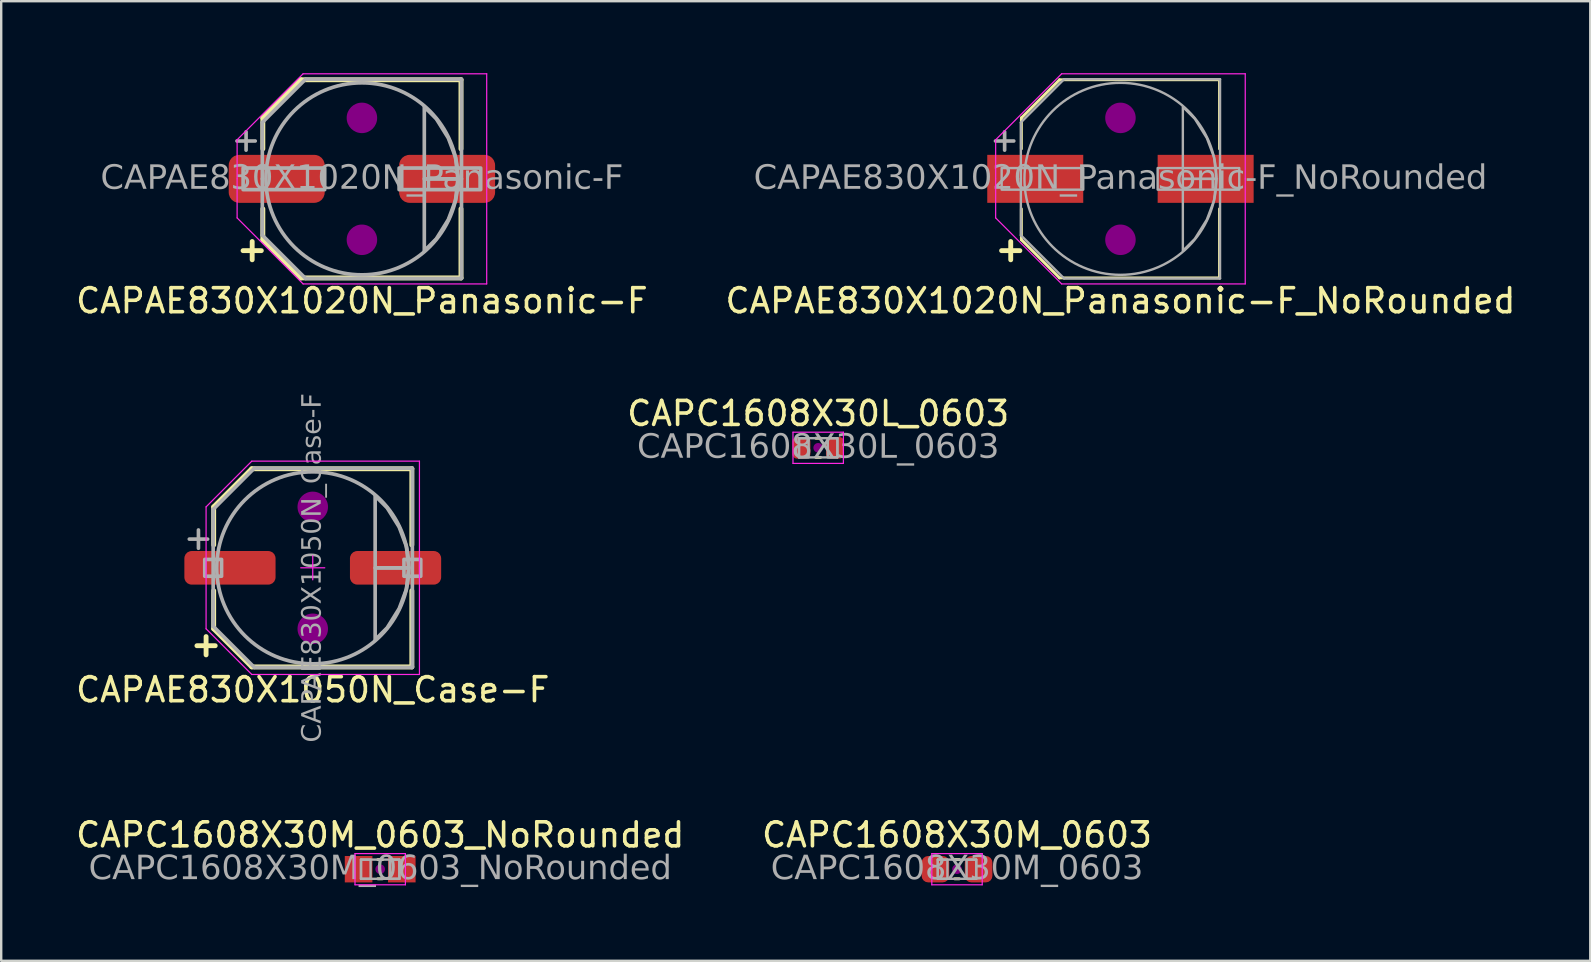
<source format=kicad_pcb>
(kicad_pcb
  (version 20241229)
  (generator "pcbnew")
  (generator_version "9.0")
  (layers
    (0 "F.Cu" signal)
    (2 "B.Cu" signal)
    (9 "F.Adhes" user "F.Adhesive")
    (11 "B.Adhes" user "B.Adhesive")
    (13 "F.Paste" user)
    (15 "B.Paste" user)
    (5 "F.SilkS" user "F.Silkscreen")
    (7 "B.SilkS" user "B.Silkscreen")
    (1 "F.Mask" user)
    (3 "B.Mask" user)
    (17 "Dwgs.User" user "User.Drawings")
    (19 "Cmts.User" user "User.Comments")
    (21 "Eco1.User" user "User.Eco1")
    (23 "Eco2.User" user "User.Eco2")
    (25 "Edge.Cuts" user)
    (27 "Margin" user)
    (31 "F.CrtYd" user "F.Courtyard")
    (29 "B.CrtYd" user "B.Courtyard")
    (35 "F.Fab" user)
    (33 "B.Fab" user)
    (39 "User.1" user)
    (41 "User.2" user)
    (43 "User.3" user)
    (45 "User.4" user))
  (footprint "CAPC1608X30M_0603"
    (layer "F.Cu")
    (at 36.827 33.168)
    (property "Reference" "CAPC1608X30M_0603" (at 0 -1.43 0) (layer "F.SilkS") (effects (font (size 1 1) (thickness 0.15))))
    (attr smd)
    (fp_line (start -0.1 -0.4) (end 0.1 -0.4) (stroke (width 0.12) (type solid)) (layer "F.SilkS"))
    (fp_line (start -0.1 0.4) (end 0.1 0.4) (stroke (width 0.12) (type solid)) (layer "F.SilkS"))
    (fp_circle (center 0 0) (end 0.2 0) (stroke (width 0) (type solid)) (fill yes) (layer "F.Adhes"))
    (fp_line (start -1.05 -0.65) (end 1.05 -0.65) (stroke (width 0.05) (type solid)) (layer "F.CrtYd"))
    (fp_line (start -1.05 0.65) (end -1.05 -0.65) (stroke (width 0.05) (type solid)) (layer "F.CrtYd"))
    (fp_line (start 1.05 -0.65) (end 1.05 0.65) (stroke (width 0.05) (type solid)) (layer "F.CrtYd"))
    (fp_line (start 1.05 0.65) (end -1.05 0.65) (stroke (width 0.05) (type solid)) (layer "F.CrtYd"))
    (fp_line (start -0.8 -0.4) (end 0.8 -0.4) (stroke (width 0.1) (type solid)) (layer "F.Fab"))
    (fp_line (start -0.8 0.4) (end -0.8 -0.4) (stroke (width 0.1) (type solid)) (layer "F.Fab"))
    (fp_line (start 0.8 -0.4) (end 0.8 0.4) (stroke (width 0.1) (type solid)) (layer "F.Fab"))
    (fp_line (start 0.8 0.4) (end -0.8 0.4) (stroke (width 0.1) (type solid)) (layer "F.Fab"))
    (fp_rect (start -0.8 -0.4) (end -0.4 0.4) (stroke (width 0.1) (type solid)) (fill no) (layer "F.Fab"))
    (fp_rect (start 0.8 0.4) (end 0.4 -0.4) (stroke (width 0.1) (type solid)) (fill no) (layer "F.Fab"))
    (fp_text user "${REFERENCE}" (at 0 0 0) (layer "F.Fab") (effects (font (face "Tahoma") (size 1 1) (thickness 0.15))))
    (pad "1" smd roundrect (at -0.9 0) (size 1.15 1.1) (layers "F.Cu" "F.Mask" "F.Paste") (roundrect_rratio 0.25))
    (pad "2" smd roundrect (at 0.9 0) (size 1.15 1.1) (layers "F.Cu" "F.Mask" "F.Paste") (roundrect_rratio 0.25)))
  (footprint "CAPAE830X1020N_Panasonic-F_NoRounded"
    (layer "F.Cu")
    (at 43.637 4.402)
    (property "Reference" "CAPAE830X1020N_Panasonic-F_NoRounded" (at 0 5.08 0) (layer "F.SilkS") (effects (font (size 1 1) (thickness 0.15))))
    (attr smd)
    (fp_line (start -4.128 -2.54) (end -2.54 -4.128) (stroke (width 0.12) (type default)) (layer "F.SilkS"))
    (fp_line (start -4.128 -1.25) (end -4.128 -2.54) (stroke (width 0.12) (type default)) (layer "F.SilkS"))
    (fp_line (start -4.128 2.54) (end -4.128 1.25) (stroke (width 0.12) (type default)) (layer "F.SilkS"))
    (fp_line (start -2.54 -4.128) (end 4.128 -4.128) (stroke (width 0.12) (type solid)) (layer "F.SilkS"))
    (fp_line (start -2.54 4.128) (end -4.128 2.54) (stroke (width 0.12) (type default)) (layer "F.SilkS"))
    (fp_line (start -2.54 4.128) (end 4.128 4.128) (stroke (width 0.12) (type solid)) (layer "F.SilkS"))
    (fp_line (start 4.128 -1.25) (end 4.128 -4.128) (stroke (width 0.12) (type solid)) (layer "F.SilkS"))
    (fp_line (start 4.128 4.128) (end 4.128 1.25) (stroke (width 0.12) (type solid)) (layer "F.SilkS"))
    (fp_circle (center 0 -2.54) (end 0.635 -2.54) (stroke (width 0) (type solid)) (fill yes) (layer "F.Adhes"))
    (fp_circle (center 0 2.54) (end 0.635 2.54) (stroke (width 0) (type solid)) (fill yes) (layer "F.Adhes"))
    (fp_line (start -5.2 -1.628) (end -5.2 0) (stroke (width 0.05) (type solid)) (layer "F.CrtYd"))
    (fp_line (start -5.2 1.628) (end -5.2 0) (stroke (width 0.05) (type solid)) (layer "F.CrtYd"))
    (fp_line (start -2.45 -4.378) (end -5.2 -1.628) (stroke (width 0.05) (type default)) (layer "F.CrtYd"))
    (fp_line (start -2.45 -4.378) (end 5.2 -4.378) (stroke (width 0.05) (type solid)) (layer "F.CrtYd"))
    (fp_line (start -2.45 4.378) (end -5.2 1.628) (stroke (width 0.05) (type default)) (layer "F.CrtYd"))
    (fp_line (start -2.45 4.378) (end 5.2 4.378) (stroke (width 0.05) (type solid)) (layer "F.CrtYd"))
    (fp_line (start 5.2 -4.378) (end 5.2 0) (stroke (width 0.05) (type solid)) (layer "F.CrtYd"))
    (fp_line (start 5.2 4.378) (end 5.2 0) (stroke (width 0.05) (type solid)) (layer "F.CrtYd"))
    (fp_line (start -4.15 -2.35) (end -4.15 0) (stroke (width 0.1) (type solid)) (layer "F.Fab"))
    (fp_line (start -4.15 2.35) (end -4.15 0) (stroke (width 0.1) (type solid)) (layer "F.Fab"))
    (fp_line (start -2.35 -4.15) (end -4.15 -2.35) (stroke (width 0.1) (type solid)) (layer "F.Fab"))
    (fp_line (start -2.35 -4.15) (end 4.15 -4.15) (stroke (width 0.1) (type solid)) (layer "F.Fab"))
    (fp_line (start -2.35 4.15) (end -4.15 2.35) (stroke (width 0.1) (type solid)) (layer "F.Fab"))
    (fp_line (start -2.35 4.15) (end 4.15 4.15) (stroke (width 0.1) (type solid)) (layer "F.Fab"))
    (fp_line (start 4.15 -4.15) (end 4.15 0) (stroke (width 0.1) (type solid)) (layer "F.Fab"))
    (fp_line (start 4.15 4.15) (end 4.15 0) (stroke (width 0.1) (type solid)) (layer "F.Fab"))
    (fp_rect (start -4.95 0.45) (end -1.55 -0.45) (stroke (width 0.1) (type solid)) (fill no) (layer "F.Fab"))
    (fp_rect (start 1.55 0.45) (end 4.95 -0.45) (stroke (width 0.1) (type solid)) (fill no) (layer "F.Fab"))
    (fp_circle (center 0 0) (end 4 0) (stroke (width 0.1) (type default)) (fill no) (layer "F.Fab"))
    (fp_poly (pts (xy 2.6 -3) (xy 3.1 -2.5) (xy 3.6 -1.7) (xy 3.9 -0.9) (xy 4 0) (xy 2.6 0)) (stroke (width 0.1) (type solid)) (fill no) (layer "F.Fab"))
    (fp_poly (pts (xy 2.6 3) (xy 3.1 2.5) (xy 3.6 1.7) (xy 3.9 0.9) (xy 4 0) (xy 2.6 0)) (stroke (width 0.1) (type solid)) (fill no) (layer "F.Fab"))
    (fp_text user "+" (at -4.572 2.921 0) (unlocked yes) (layer "F.SilkS") (effects (font (size 1 1) (thickness 0.203) (bold yes))))
    (fp_text user "${REFERENCE}" (at 0 0 0) (layer "F.Fab") (effects (font (face "Tahoma") (size 1 1) (thickness 0.15))))
    (fp_text user "+" (at -4.826 -1.651 0) (unlocked yes) (layer "F.Fab") (effects (font (size 1 1) (thickness 0.152))))
    (pad "1" smd rect (at -3.55 0) (size 4 2) (layers "F.Cu" "F.Mask" "F.Paste"))
    (pad "2" smd rect (at 3.55 0) (size 4 2) (layers "F.Cu" "F.Mask" "F.Paste")))
  (footprint "CAPAE830X1020N_Panasonic-F"
    (layer "F.Cu")
    (at 12.03 4.402)
    (property "Reference" "CAPAE830X1020N_Panasonic-F" (at 0 5.08 0) (layer "F.SilkS") (effects (font (size 1 1) (thickness 0.15))))
    (attr smd)
    (fp_line (start -4.128 -2.54) (end -2.54 -4.128) (stroke (width 0.203) (type default)) (layer "F.SilkS"))
    (fp_line (start -4.128 -1.25) (end -4.128 -2.54) (stroke (width 0.203) (type default)) (layer "F.SilkS"))
    (fp_line (start -4.128 2.54) (end -4.128 1.25) (stroke (width 0.203) (type default)) (layer "F.SilkS"))
    (fp_line (start -2.54 -4.128) (end 4.128 -4.128) (stroke (width 0.203) (type solid)) (layer "F.SilkS"))
    (fp_line (start -2.54 4.128) (end -4.128 2.54) (stroke (width 0.203) (type default)) (layer "F.SilkS"))
    (fp_line (start -2.54 4.128) (end 4.128 4.128) (stroke (width 0.203) (type solid)) (layer "F.SilkS"))
    (fp_line (start 4.128 -1.25) (end 4.128 -4.128) (stroke (width 0.203) (type solid)) (layer "F.SilkS"))
    (fp_line (start 4.128 4.128) (end 4.128 1.25) (stroke (width 0.203) (type solid)) (layer "F.SilkS"))
    (fp_circle (center 0 -2.54) (end 0.635 -2.54) (stroke (width 0) (type solid)) (fill yes) (layer "F.Adhes"))
    (fp_circle (center 0 2.54) (end 0.635 2.54) (stroke (width 0) (type solid)) (fill yes) (layer "F.Adhes"))
    (fp_line (start -5.2 -1.628) (end -5.2 0) (stroke (width 0.05) (type solid)) (layer "F.CrtYd"))
    (fp_line (start -5.2 1.628) (end -5.2 0) (stroke (width 0.05) (type solid)) (layer "F.CrtYd"))
    (fp_line (start -2.45 -4.378) (end -5.2 -1.628) (stroke (width 0.05) (type default)) (layer "F.CrtYd"))
    (fp_line (start -2.45 -4.378) (end 5.2 -4.378) (stroke (width 0.05) (type solid)) (layer "F.CrtYd"))
    (fp_line (start -2.45 4.378) (end -5.2 1.628) (stroke (width 0.05) (type default)) (layer "F.CrtYd"))
    (fp_line (start -2.45 4.378) (end 5.2 4.378) (stroke (width 0.05) (type solid)) (layer "F.CrtYd"))
    (fp_line (start 5.2 -4.378) (end 5.2 0) (stroke (width 0.05) (type solid)) (layer "F.CrtYd"))
    (fp_line (start 5.2 4.378) (end 5.2 0) (stroke (width 0.05) (type solid)) (layer "F.CrtYd"))
    (fp_line (start -4.15 -2.35) (end -4.15 0) (stroke (width 0.152) (type solid)) (layer "F.Fab"))
    (fp_line (start -4.15 2.35) (end -4.15 0) (stroke (width 0.152) (type solid)) (layer "F.Fab"))
    (fp_line (start -2.35 -4.15) (end -4.15 -2.35) (stroke (width 0.152) (type solid)) (layer "F.Fab"))
    (fp_line (start -2.35 -4.15) (end 4.15 -4.15) (stroke (width 0.152) (type solid)) (layer "F.Fab"))
    (fp_line (start -2.35 4.15) (end -4.15 2.35) (stroke (width 0.152) (type solid)) (layer "F.Fab"))
    (fp_line (start -2.35 4.15) (end 4.15 4.15) (stroke (width 0.152) (type solid)) (layer "F.Fab"))
    (fp_line (start 4.15 -4.15) (end 4.15 0) (stroke (width 0.152) (type solid)) (layer "F.Fab"))
    (fp_line (start 4.15 4.15) (end 4.15 0) (stroke (width 0.152) (type solid)) (layer "F.Fab"))
    (fp_rect (start -4.95 0.45) (end -1.55 -0.45) (stroke (width 0.152) (type solid)) (fill no) (layer "F.Fab"))
    (fp_rect (start 1.55 0.45) (end 4.95 -0.45) (stroke (width 0.152) (type solid)) (fill no) (layer "F.Fab"))
    (fp_circle (center 0 0) (end 4 0) (stroke (width 0.152) (type default)) (fill no) (layer "F.Fab"))
    (fp_poly (pts (xy 2.6 -3) (xy 3.1 -2.5) (xy 3.6 -1.7) (xy 3.9 -0.9) (xy 4 0) (xy 2.6 0)) (stroke (width 0.152) (type solid)) (fill no) (layer "F.Fab"))
    (fp_poly (pts (xy 2.6 3) (xy 3.1 2.5) (xy 3.6 1.7) (xy 3.9 0.9) (xy 4 0) (xy 2.6 0)) (stroke (width 0.152) (type solid)) (fill no) (layer "F.Fab"))
    (fp_text user "+" (at -4.572 2.921 0) (unlocked yes) (layer "F.SilkS") (effects (font (size 1 1) (thickness 0.203) (bold yes))))
    (fp_text user "${REFERENCE}" (at 0 0 0) (layer "F.Fab") (effects (font (face "Tahoma") (size 1 1) (thickness 0.15))))
    (fp_text user "+" (at -4.826 -1.651 0) (unlocked yes) (layer "F.Fab") (effects (font (size 1 1) (thickness 0.152))))
    (pad "1" smd roundrect (at -3.55 0) (size 4 2) (layers "F.Cu" "F.Mask" "F.Paste") (roundrect_rratio 0.217))
    (pad "2" smd roundrect (at 3.55 0) (size 4 2) (layers "F.Cu" "F.Mask" "F.Paste") (roundrect_rratio 0.217)))
  (footprint "CAPC1608X30L_0603"
    (layer "F.Cu")
    (at 31.042 15.609)
    (property "Reference" "CAPC1608X30L_0603" (at 0 -1.43 0) (layer "F.SilkS") (effects (font (size 1 1) (thickness 0.15))))
    (attr smd)
    (fp_line (start -0.1 -0.4) (end 0.1 -0.4) (stroke (width 0.12) (type solid)) (layer "F.SilkS"))
    (fp_line (start -0.1 0.4) (end 0.1 0.4) (stroke (width 0.12) (type solid)) (layer "F.SilkS"))
    (fp_circle (center 0 0) (end 0.2 0) (stroke (width 0) (type solid)) (fill yes) (layer "F.Adhes"))
    (fp_line (start -1.05 -0.65) (end 1.05 -0.65) (stroke (width 0.05) (type solid)) (layer "F.CrtYd"))
    (fp_line (start -1.05 0.65) (end -1.05 -0.65) (stroke (width 0.05) (type solid)) (layer "F.CrtYd"))
    (fp_line (start 1.05 -0.65) (end 1.05 0.65) (stroke (width 0.05) (type solid)) (layer "F.CrtYd"))
    (fp_line (start 1.05 0.65) (end -1.05 0.65) (stroke (width 0.05) (type solid)) (layer "F.CrtYd"))
    (fp_line (start -0.8 -0.4) (end 0.8 -0.4) (stroke (width 0.1) (type solid)) (layer "F.Fab"))
    (fp_line (start -0.8 0.4) (end -0.8 -0.4) (stroke (width 0.1) (type solid)) (layer "F.Fab"))
    (fp_line (start 0.8 -0.4) (end 0.8 0.4) (stroke (width 0.1) (type solid)) (layer "F.Fab"))
    (fp_line (start 0.8 0.4) (end -0.8 0.4) (stroke (width 0.1) (type solid)) (layer "F.Fab"))
    (fp_rect (start -0.8 -0.4) (end -0.4 0.4) (stroke (width 0.1) (type solid)) (fill no) (layer "F.Fab"))
    (fp_rect (start 0.8 0.4) (end 0.4 -0.4) (stroke (width 0.1) (type solid)) (fill no) (layer "F.Fab"))
    (fp_text user "${REFERENCE}" (at 0 0 0) (layer "F.Fab") (effects (font (face "Tahoma") (size 1 1) (thickness 0.15))))
    (pad "1" smd roundrect (at -0.7 0) (size 0.75 0.9) (layers "F.Cu" "F.Mask" "F.Paste") (roundrect_rratio 0.25))
    (pad "2" smd roundrect (at 0.7 0) (size 0.75 0.9) (layers "F.Cu" "F.Mask" "F.Paste") (roundrect_rratio 0.25)))
  (footprint "CAPC1608X30M_0603_NoRounded"
    (layer "F.Cu")
    (at 12.792 33.168)
    (property "Reference" "CAPC1608X30M_0603_NoRounded" (at 0 -1.43 0) (layer "F.SilkS") (effects (font (size 1 1) (thickness 0.15))))
    (attr smd)
    (fp_line (start -0.1 -0.4) (end 0.1 -0.4) (stroke (width 0.12) (type solid)) (layer "F.SilkS"))
    (fp_line (start -0.1 0.4) (end 0.1 0.4) (stroke (width 0.12) (type solid)) (layer "F.SilkS"))
    (fp_circle (center 0 0) (end 0.2 0) (stroke (width 0) (type solid)) (fill yes) (layer "F.Adhes"))
    (fp_line (start -1.05 -0.65) (end 1.05 -0.65) (stroke (width 0.05) (type solid)) (layer "F.CrtYd"))
    (fp_line (start -1.05 0.65) (end -1.05 -0.65) (stroke (width 0.05) (type solid)) (layer "F.CrtYd"))
    (fp_line (start 1.05 -0.65) (end 1.05 0.65) (stroke (width 0.05) (type solid)) (layer "F.CrtYd"))
    (fp_line (start 1.05 0.65) (end -1.05 0.65) (stroke (width 0.05) (type solid)) (layer "F.CrtYd"))
    (fp_line (start -0.8 -0.4) (end 0.8 -0.4) (stroke (width 0.1) (type solid)) (layer "F.Fab"))
    (fp_line (start -0.8 0.4) (end -0.8 -0.4) (stroke (width 0.1) (type solid)) (layer "F.Fab"))
    (fp_line (start 0.8 -0.4) (end 0.8 0.4) (stroke (width 0.1) (type solid)) (layer "F.Fab"))
    (fp_line (start 0.8 0.4) (end -0.8 0.4) (stroke (width 0.1) (type solid)) (layer "F.Fab"))
    (fp_rect (start -0.8 -0.4) (end -0.4 0.4) (stroke (width 0.1) (type solid)) (fill no) (layer "F.Fab"))
    (fp_rect (start 0.8 0.4) (end 0.4 -0.4) (stroke (width 0.1) (type solid)) (fill no) (layer "F.Fab"))
    (fp_text user "${REFERENCE}" (at 0 0 0) (layer "F.Fab") (effects (font (face "Tahoma") (size 1 1) (thickness 0.15))))
    (pad "1" smd rect (at -0.9 0) (size 1.15 1.1) (layers "F.Cu" "F.Mask" "F.Paste"))
    (pad "2" smd rect (at 0.9 0) (size 1.15 1.1) (layers "F.Cu" "F.Mask" "F.Paste")))
  (footprint "CAPAE830X1050N_Case-F"
    (layer "F.Cu")
    (at 9.982 20.61)
    (property "Reference" "CAPAE830X1050N_Case-F" (at 0 5.08 0) (layer "F.SilkS") (effects (font (size 1 1) (thickness 0.15))))
    (attr smd)
    (fp_line (start -4.128 -2.54) (end -2.54 -4.128) (stroke (width 0.203) (type default)) (layer "F.SilkS"))
    (fp_line (start -4.128 -0.953) (end -4.128 -2.54) (stroke (width 0.203) (type default)) (layer "F.SilkS"))
    (fp_line (start -4.128 2.54) (end -4.128 0.953) (stroke (width 0.203) (type default)) (layer "F.SilkS"))
    (fp_line (start -2.54 -4.128) (end 4.128 -4.128) (stroke (width 0.203) (type solid)) (layer "F.SilkS"))
    (fp_line (start -2.54 4.128) (end -4.128 2.54) (stroke (width 0.203) (type default)) (layer "F.SilkS"))
    (fp_line (start -2.54 4.128) (end 4.128 4.128) (stroke (width 0.203) (type solid)) (layer "F.SilkS"))
    (fp_line (start 4.128 -0.953) (end 4.128 -4.128) (stroke (width 0.203) (type solid)) (layer "F.SilkS"))
    (fp_line (start 4.128 4.128) (end 4.128 0.953) (stroke (width 0.203) (type solid)) (layer "F.SilkS"))
    (fp_circle (center 0 -2.54) (end 0.635 -2.54) (stroke (width 0) (type solid)) (fill yes) (layer "F.Adhes"))
    (fp_circle (center 0 2.54) (end 0.635 2.54) (stroke (width 0) (type solid)) (fill yes) (layer "F.Adhes"))
    (fp_line (start -4.445 -2.54) (end -4.445 2.54) (stroke (width 0.05) (type solid)) (layer "F.CrtYd"))
    (fp_line (start -4.445 -2.54) (end -2.54 -4.445) (stroke (width 0.05) (type solid)) (layer "F.CrtYd"))
    (fp_line (start -4.445 2.54) (end -2.54 4.445) (stroke (width 0.05) (type solid)) (layer "F.CrtYd"))
    (fp_line (start -2.54 -4.445) (end 4.445 -4.445) (stroke (width 0.05) (type solid)) (layer "F.CrtYd"))
    (fp_line (start -2.54 4.445) (end 4.445 4.445) (stroke (width 0.05) (type solid)) (layer "F.CrtYd"))
    (fp_line (start -0.5 0) (end 0.5 0) (stroke (width 0.05) (type default)) (layer "F.CrtYd"))
    (fp_line (start 0 0.5) (end 0 -0.5) (stroke (width 0.05) (type default)) (layer "F.CrtYd"))
    (fp_line (start 4.445 -4.445) (end 4.445 4.445) (stroke (width 0.05) (type solid)) (layer "F.CrtYd"))
    (fp_line (start -4.15 -2.435) (end -4.15 2.435) (stroke (width 0.152) (type solid)) (layer "F.Fab"))
    (fp_line (start -2.435 -4.15) (end -4.15 -2.435) (stroke (width 0.152) (type solid)) (layer "F.Fab"))
    (fp_line (start -2.435 -4.15) (end 4.15 -4.15) (stroke (width 0.152) (type solid)) (layer "F.Fab"))
    (fp_line (start -2.435 4.15) (end -4.15 2.435) (stroke (width 0.152) (type solid)) (layer "F.Fab"))
    (fp_line (start -2.435 4.15) (end 4.15 4.15) (stroke (width 0.152) (type solid)) (layer "F.Fab"))
    (fp_line (start 4.15 -4.15) (end 4.15 4.15) (stroke (width 0.152) (type solid)) (layer "F.Fab"))
    (fp_rect (start -4.5 0.35) (end -3.8 -0.35) (stroke (width 0.152) (type solid)) (fill no) (layer "F.Fab"))
    (fp_rect (start 4.5 -0.35) (end 3.8 0.35) (stroke (width 0.152) (type solid)) (fill no) (layer "F.Fab"))
    (fp_circle (center 0 0) (end 4 0) (stroke (width 0.152) (type default)) (fill no) (layer "F.Fab"))
    (fp_poly (pts (xy 2.6 -3) (xy 3.1 -2.5) (xy 3.6 -1.7) (xy 3.9 -0.9) (xy 4 0) (xy 2.6 0)) (stroke (width 0.152) (type solid)) (fill no) (layer "F.Fab"))
    (fp_poly (pts (xy 2.6 3) (xy 3.1 2.5) (xy 3.6 1.7) (xy 3.9 0.9) (xy 4 0) (xy 2.6 0)) (stroke (width 0.152) (type solid)) (fill no) (layer "F.Fab"))
    (fp_text user "+" (at -4.445 3.175 0) (unlocked yes) (layer "F.SilkS") (effects (font (size 1 1) (thickness 0.203) (bold yes))))
    (fp_text user "+" (at -4.763 -1.27 0) (unlocked yes) (layer "F.Fab") (effects (font (size 1 1) (thickness 0.152))))
    (fp_text user "${REFERENCE}" (at 0 0 90) (layer "F.Fab") (effects (font (face "Tahoma") (size 0.8 0.8) (thickness 0.12))))
    (pad "1" smd roundrect (at -3.45 0) (size 3.8 1.4) (layers "F.Cu" "F.Mask" "F.Paste") (roundrect_rratio 0.217))
    (pad "2" smd roundrect (at 3.45 0) (size 3.8 1.4) (layers "F.Cu" "F.Mask" "F.Paste") (roundrect_rratio 0.217)))
  (gr_rect
    (start -3 -3)
    (end 63.214 36.985)
    (stroke (width 0.1) (type default))
    (fill no)
    (layer "Edge.Cuts")))
</source>
